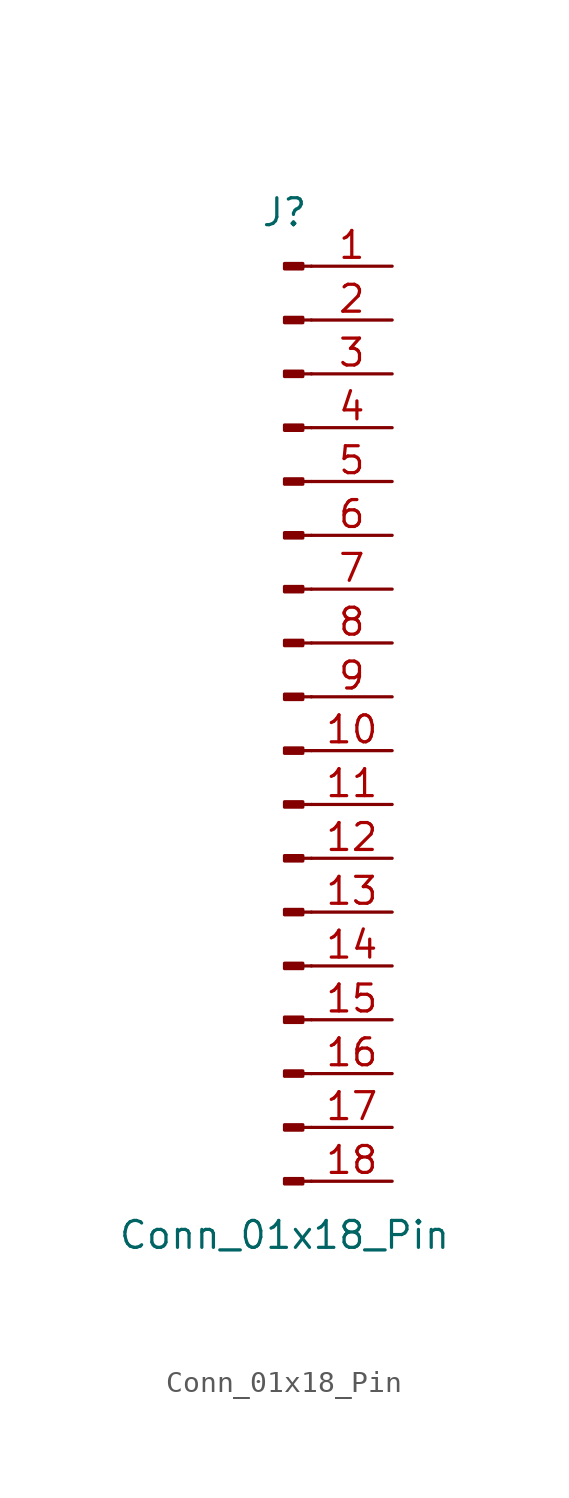
<source format=kicad_sym>
(kicad_symbol_lib
  (version 20220914)
  (generator kicad_symbol_editor)
  (symbol "Conn_01x18_Pin"
    (pin_names
      (offset 1.016) hide)
    (property "Reference" "J"
      (at 0 22.86 0)
      (effects (font (size 1.27 1.27))))
    (property "Value" "Conn_01x18_Pin"
      (at 0 -25.4 0)
      (effects (font (size 1.27 1.27))))
    (property "ki_locked" ""
      (at 0 0 0)
      (effects (font (size 1.27 1.27))))
    (symbol "Conn_01x18_Pin_1_1"
      (polyline (pts (xy 1.27 -22.86) (xy 0.864 -22.86)) (stroke (width 0.152) (type default)) (fill (type none)))
      (polyline (pts (xy 1.27 -20.32) (xy 0.864 -20.32)) (stroke (width 0.152) (type default)) (fill (type none)))
      (polyline (pts (xy 1.27 -17.78) (xy 0.864 -17.78)) (stroke (width 0.152) (type default)) (fill (type none)))
      (polyline (pts (xy 1.27 -15.24) (xy 0.864 -15.24)) (stroke (width 0.152) (type default)) (fill (type none)))
      (polyline (pts (xy 1.27 -12.7) (xy 0.864 -12.7)) (stroke (width 0.152) (type default)) (fill (type none)))
      (polyline (pts (xy 1.27 -10.16) (xy 0.864 -10.16)) (stroke (width 0.152) (type default)) (fill (type none)))
      (polyline (pts (xy 1.27 -7.62) (xy 0.864 -7.62)) (stroke (width 0.152) (type default)) (fill (type none)))
      (polyline (pts (xy 1.27 -5.08) (xy 0.864 -5.08)) (stroke (width 0.152) (type default)) (fill (type none)))
      (polyline (pts (xy 1.27 -2.54) (xy 0.864 -2.54)) (stroke (width 0.152) (type default)) (fill (type none)))
      (polyline (pts (xy 1.27 0) (xy 0.864 0)) (stroke (width 0.152) (type default)) (fill (type none)))
      (polyline (pts (xy 1.27 2.54) (xy 0.864 2.54)) (stroke (width 0.152) (type default)) (fill (type none)))
      (polyline (pts (xy 1.27 5.08) (xy 0.864 5.08)) (stroke (width 0.152) (type default)) (fill (type none)))
      (polyline (pts (xy 1.27 7.62) (xy 0.864 7.62)) (stroke (width 0.152) (type default)) (fill (type none)))
      (polyline (pts (xy 1.27 10.16) (xy 0.864 10.16)) (stroke (width 0.152) (type default)) (fill (type none)))
      (polyline (pts (xy 1.27 12.7) (xy 0.864 12.7)) (stroke (width 0.152) (type default)) (fill (type none)))
      (polyline (pts (xy 1.27 15.24) (xy 0.864 15.24)) (stroke (width 0.152) (type default)) (fill (type none)))
      (polyline (pts (xy 1.27 17.78) (xy 0.864 17.78)) (stroke (width 0.152) (type default)) (fill (type none)))
      (polyline (pts (xy 1.27 20.32) (xy 0.864 20.32)) (stroke (width 0.152) (type default)) (fill (type none)))
      (rectangle (start 0.864 -22.733) (end 0 -22.987) (stroke (width 0.152) (type default)) (fill (type outline)))
      (rectangle (start 0.864 -20.193) (end 0 -20.447) (stroke (width 0.152) (type default)) (fill (type outline)))
      (rectangle (start 0.864 -17.653) (end 0 -17.907) (stroke (width 0.152) (type default)) (fill (type outline)))
      (rectangle (start 0.864 -15.113) (end 0 -15.367) (stroke (width 0.152) (type default)) (fill (type outline)))
      (rectangle (start 0.864 -12.573) (end 0 -12.827) (stroke (width 0.152) (type default)) (fill (type outline)))
      (rectangle (start 0.864 -10.033) (end 0 -10.287) (stroke (width 0.152) (type default)) (fill (type outline)))
      (rectangle (start 0.864 -7.493) (end 0 -7.747) (stroke (width 0.152) (type default)) (fill (type outline)))
      (rectangle (start 0.864 -4.953) (end 0 -5.207) (stroke (width 0.152) (type default)) (fill (type outline)))
      (rectangle (start 0.864 -2.413) (end 0 -2.667) (stroke (width 0.152) (type default)) (fill (type outline)))
      (rectangle (start 0.864 0.127) (end 0 -0.127) (stroke (width 0.152) (type default)) (fill (type outline)))
      (rectangle (start 0.864 2.667) (end 0 2.413) (stroke (width 0.152) (type default)) (fill (type outline)))
      (rectangle (start 0.864 5.207) (end 0 4.953) (stroke (width 0.152) (type default)) (fill (type outline)))
      (rectangle (start 0.864 7.747) (end 0 7.493) (stroke (width 0.152) (type default)) (fill (type outline)))
      (rectangle (start 0.864 10.287) (end 0 10.033) (stroke (width 0.152) (type default)) (fill (type outline)))
      (rectangle (start 0.864 12.827) (end 0 12.573) (stroke (width 0.152) (type default)) (fill (type outline)))
      (rectangle (start 0.864 15.367) (end 0 15.113) (stroke (width 0.152) (type default)) (fill (type outline)))
      (rectangle (start 0.864 17.907) (end 0 17.653) (stroke (width 0.152) (type default)) (fill (type outline)))
      (rectangle (start 0.864 20.447) (end 0 20.193) (stroke (width 0.152) (type default)) (fill (type outline)))
      (pin power_in line (at 5.08 20.32 180) (length 3.81) (name "GND" (effects (font (size 1.27 1.27)))) (number "1" (effects (font (size 1.27 1.27)))))
      (pin power_out line (at 5.08 -2.54 180) (length 3.81) (name "DEPOSIT-" (effects (font (size 1.27 1.27)))) (number "10" (effects (font (size 1.27 1.27)))))
      (pin input line (at 5.08 -5.08 180) (length 3.81) (name "DEPOSIT_OUT" (effects (font (size 1.27 1.27)))) (number "11" (effects (font (size 1.27 1.27)))))
      (pin power_out line (at 5.08 -7.62 180) (length 3.81) (name "DISPENSE+" (effects (font (size 1.27 1.27)))) (number "12" (effects (font (size 1.27 1.27)))))
      (pin power_out line (at 5.08 -10.16 180) (length 3.81) (name "DISPENSE-" (effects (font (size 1.27 1.27)))) (number "13" (effects (font (size 1.27 1.27)))))
      (pin input line (at 5.08 -12.7 180) (length 3.81) (name "DISPENSE_OUT" (effects (font (size 1.27 1.27)))) (number "14" (effects (font (size 1.27 1.27)))))
      (pin power_out line (at 5.08 -15.24 180) (length 3.81) (name "ADJ+" (effects (font (size 1.27 1.27)))) (number "15" (effects (font (size 1.27 1.27)))))
      (pin power_out line (at 5.08 -17.78 180) (length 3.81) (name "ADJ-" (effects (font (size 1.27 1.27)))) (number "16" (effects (font (size 1.27 1.27)))))
      (pin input line (at 5.08 -20.32 180) (length 3.81) (name "ADJ_DEPOSIT" (effects (font (size 1.27 1.27)))) (number "17" (effects (font (size 1.27 1.27)))))
      (pin input line (at 5.08 -22.86 180) (length 3.81) (name "ADJ_DISPENSE" (effects (font (size 1.27 1.27)))) (number "18" (effects (font (size 1.27 1.27)))))
      (pin power_in line (at 5.08 17.78 180) (length 3.81) (name "VDD" (effects (font (size 1.27 1.27)))) (number "2" (effects (font (size 1.27 1.27)))))
      (pin power_in line (at 5.08 15.24 180) (length 3.81) (name "TIMER" (effects (font (size 1.27 1.27)))) (number "3" (effects (font (size 1.27 1.27)))))
      (pin power_out line (at 5.08 12.7 180) (length 3.81) (name "PIR+" (effects (font (size 1.27 1.27)))) (number "4" (effects (font (size 1.27 1.27)))))
      (pin power_out line (at 5.08 10.16 180) (length 3.81) (name "PIR-" (effects (font (size 1.27 1.27)))) (number "5" (effects (font (size 1.27 1.27)))))
      (pin input line (at 5.08 7.62 180) (length 3.81) (name "PIR_OUT" (effects (font (size 1.27 1.27)))) (number "6" (effects (font (size 1.27 1.27)))))
      (pin power_out line (at 5.08 5.08 180) (length 3.81) (name "MOTOR+" (effects (font (size 1.27 1.27)))) (number "7" (effects (font (size 1.27 1.27)))))
      (pin power_out line (at 5.08 2.54 180) (length 3.81) (name "MOTOR-" (effects (font (size 1.27 1.27)))) (number "8" (effects (font (size 1.27 1.27)))))
      (pin power_out line (at 5.08 0 180) (length 3.81) (name "DEPOSIT+" (effects (font (size 1.27 1.27)))) (number "9" (effects (font (size 1.27 1.27))))))))
</source>
